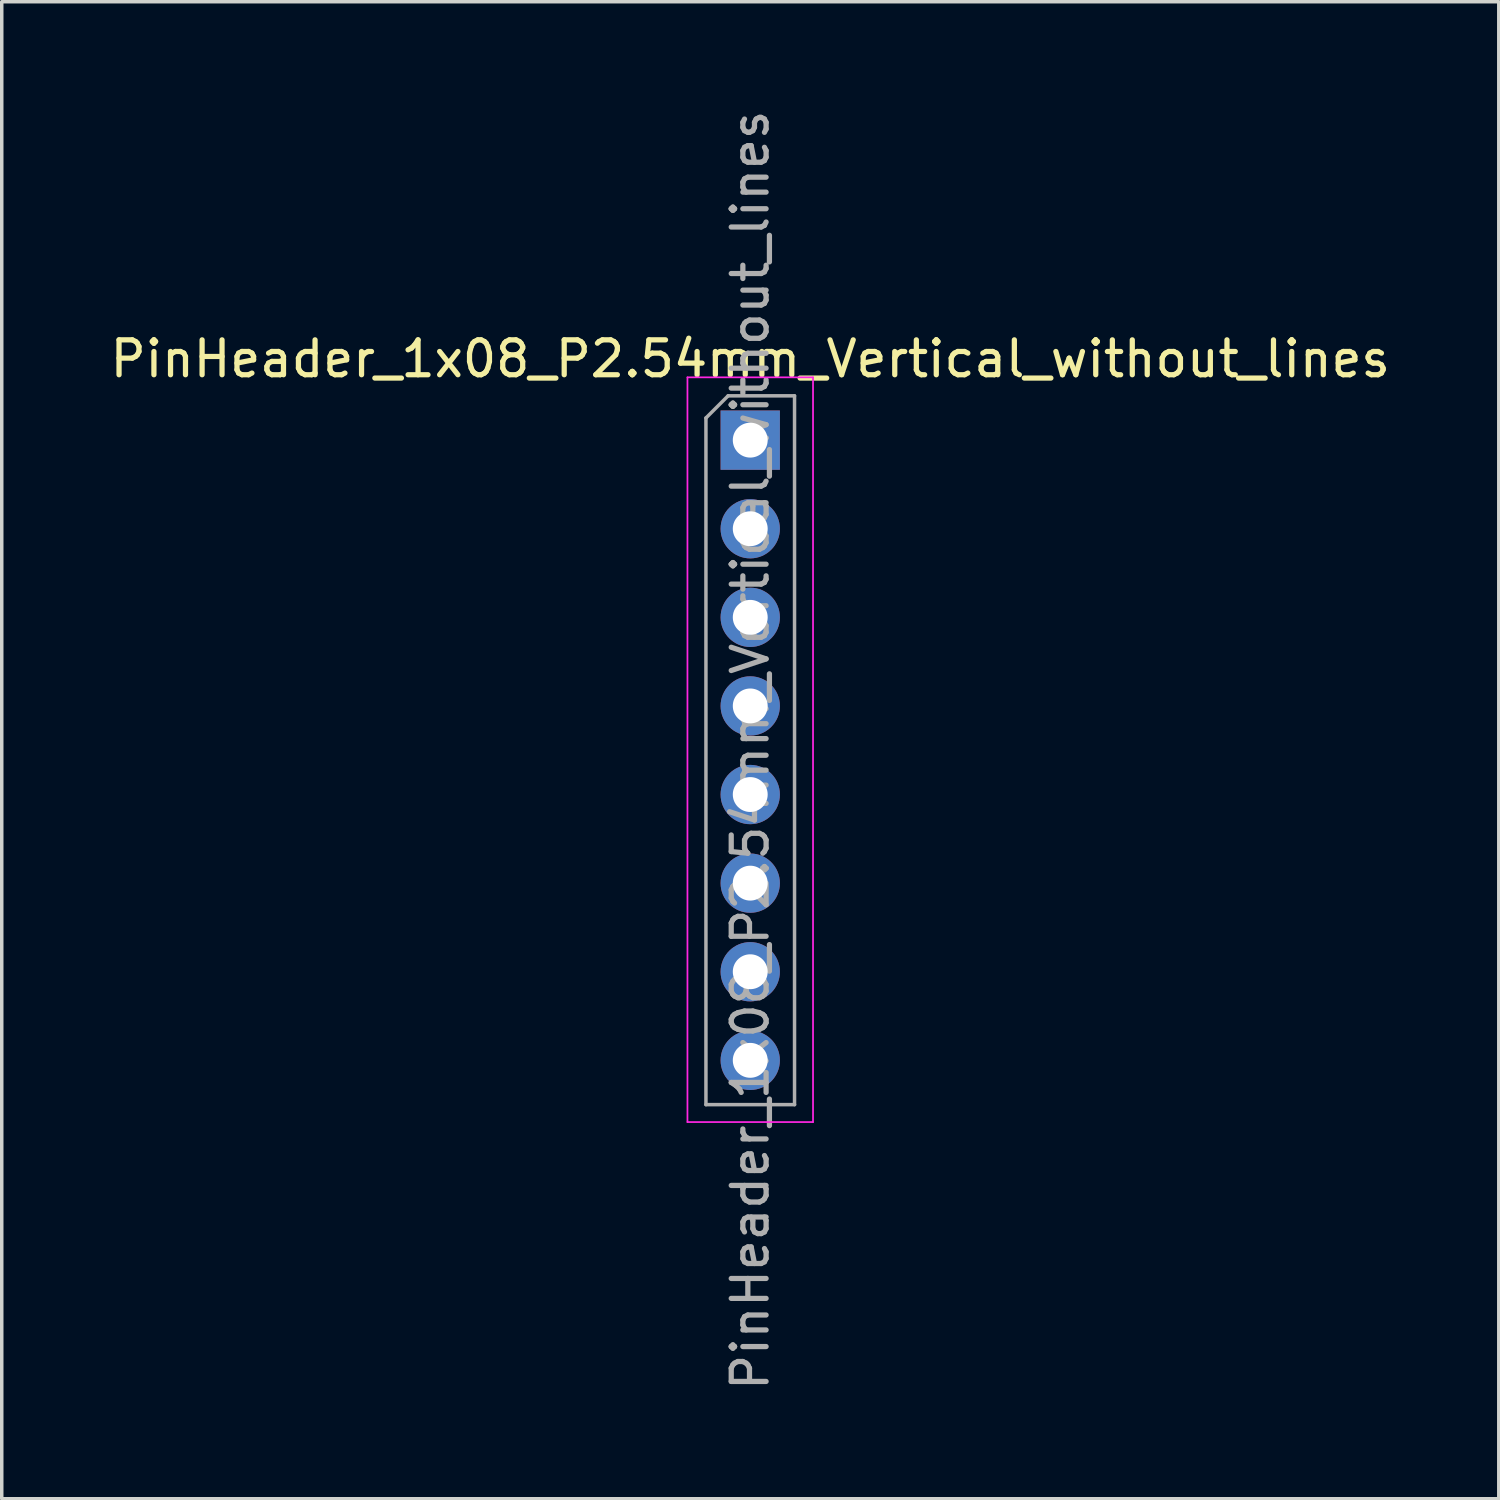
<source format=kicad_pcb>
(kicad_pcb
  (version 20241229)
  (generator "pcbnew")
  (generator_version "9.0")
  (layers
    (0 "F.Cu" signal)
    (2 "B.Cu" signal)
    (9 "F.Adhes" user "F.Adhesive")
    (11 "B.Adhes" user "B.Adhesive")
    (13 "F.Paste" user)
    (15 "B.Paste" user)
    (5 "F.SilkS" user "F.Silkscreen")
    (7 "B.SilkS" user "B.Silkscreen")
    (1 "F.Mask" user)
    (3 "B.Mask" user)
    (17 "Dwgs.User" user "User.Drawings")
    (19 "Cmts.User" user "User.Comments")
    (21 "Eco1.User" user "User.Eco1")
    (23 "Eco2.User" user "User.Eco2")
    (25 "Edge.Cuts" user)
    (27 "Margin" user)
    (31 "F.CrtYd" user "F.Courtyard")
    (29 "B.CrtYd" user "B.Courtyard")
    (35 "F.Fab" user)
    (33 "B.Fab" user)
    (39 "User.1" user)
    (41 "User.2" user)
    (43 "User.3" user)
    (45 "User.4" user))
  (footprint "PinHeader_1x08_P2.54mm_Vertical_without_lines"
    (layer "F.Cu")
    (at 18.458 9.568)
    (property "Reference" "PinHeader_1x08_P2.54mm_Vertical_without_lines" (at 0 -2.33 0) (layer "F.SilkS") (effects (font (size 1 1) (thickness 0.15))))
    (attr through_hole)
    (fp_line (start -1.8 -1.8) (end -1.8 19.55) (stroke (width 0.05) (type solid)) (layer "F.CrtYd"))
    (fp_line (start -1.8 19.55) (end 1.8 19.55) (stroke (width 0.05) (type solid)) (layer "F.CrtYd"))
    (fp_line (start 1.8 -1.8) (end -1.8 -1.8) (stroke (width 0.05) (type solid)) (layer "F.CrtYd"))
    (fp_line (start 1.8 19.55) (end 1.8 -1.8) (stroke (width 0.05) (type solid)) (layer "F.CrtYd"))
    (fp_line (start -1.27 -0.635) (end -0.635 -1.27) (stroke (width 0.1) (type solid)) (layer "F.Fab"))
    (fp_line (start -1.27 19.05) (end -1.27 -0.635) (stroke (width 0.1) (type solid)) (layer "F.Fab"))
    (fp_line (start -0.635 -1.27) (end 1.27 -1.27) (stroke (width 0.1) (type solid)) (layer "F.Fab"))
    (fp_line (start 1.27 -1.27) (end 1.27 19.05) (stroke (width 0.1) (type solid)) (layer "F.Fab"))
    (fp_line (start 1.27 19.05) (end -1.27 19.05) (stroke (width 0.1) (type solid)) (layer "F.Fab"))
    (fp_text user "${REFERENCE}" (at 0 8.89 90) (layer "F.Fab") (effects (font (size 1 1) (thickness 0.15))))
    (pad "1" thru_hole rect (at 0 0) (size 1.7 1.7) (drill 1) (layers "*.Cu" "*.Mask"))
    (pad "2" thru_hole oval (at 0 2.54) (size 1.7 1.7) (drill 1) (layers "*.Cu" "*.Mask"))
    (pad "3" thru_hole oval (at 0 5.08) (size 1.7 1.7) (drill 1) (layers "*.Cu" "*.Mask"))
    (pad "4" thru_hole oval (at 0 7.62) (size 1.7 1.7) (drill 1) (layers "*.Cu" "*.Mask"))
    (pad "5" thru_hole oval (at 0 10.16) (size 1.7 1.7) (drill 1) (layers "*.Cu" "*.Mask"))
    (pad "6" thru_hole oval (at 0 12.7) (size 1.7 1.7) (drill 1) (layers "*.Cu" "*.Mask"))
    (pad "7" thru_hole oval (at 0 15.24) (size 1.7 1.7) (drill 1) (layers "*.Cu" "*.Mask"))
    (pad "8" thru_hole oval (at 0 17.78) (size 1.7 1.7) (drill 1) (layers "*.Cu" "*.Mask")))
  (gr_rect
    (start -3 -3)
    (end 39.917 39.917)
    (stroke (width 0.1) (type default))
    (fill no)
    (layer "Edge.Cuts")))
</source>
